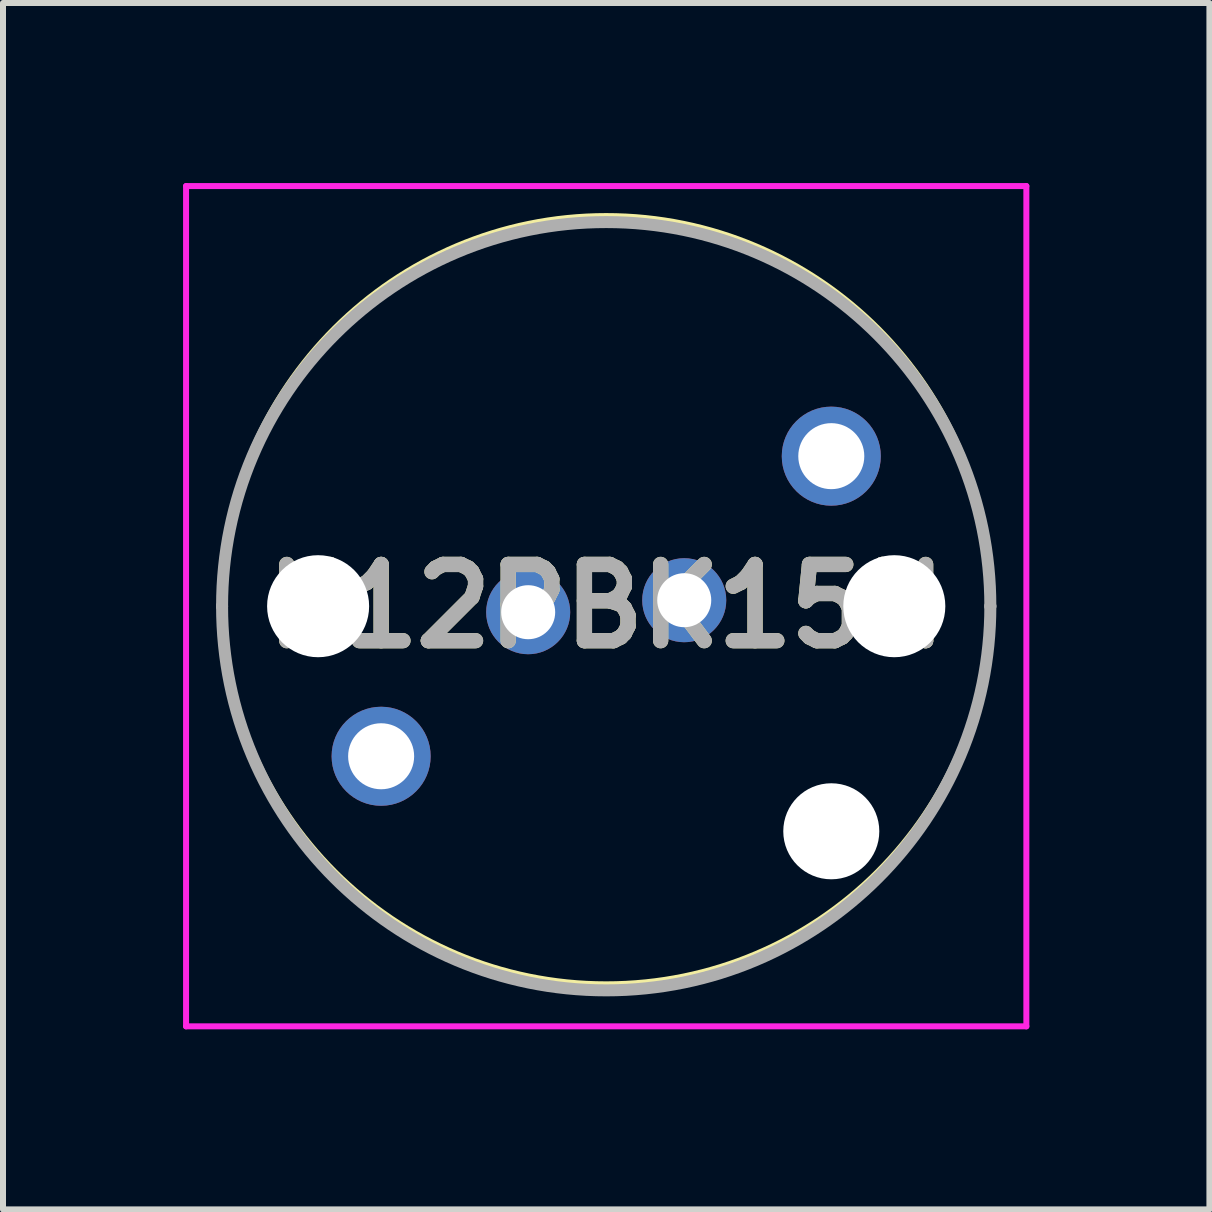
<source format=kicad_pcb>
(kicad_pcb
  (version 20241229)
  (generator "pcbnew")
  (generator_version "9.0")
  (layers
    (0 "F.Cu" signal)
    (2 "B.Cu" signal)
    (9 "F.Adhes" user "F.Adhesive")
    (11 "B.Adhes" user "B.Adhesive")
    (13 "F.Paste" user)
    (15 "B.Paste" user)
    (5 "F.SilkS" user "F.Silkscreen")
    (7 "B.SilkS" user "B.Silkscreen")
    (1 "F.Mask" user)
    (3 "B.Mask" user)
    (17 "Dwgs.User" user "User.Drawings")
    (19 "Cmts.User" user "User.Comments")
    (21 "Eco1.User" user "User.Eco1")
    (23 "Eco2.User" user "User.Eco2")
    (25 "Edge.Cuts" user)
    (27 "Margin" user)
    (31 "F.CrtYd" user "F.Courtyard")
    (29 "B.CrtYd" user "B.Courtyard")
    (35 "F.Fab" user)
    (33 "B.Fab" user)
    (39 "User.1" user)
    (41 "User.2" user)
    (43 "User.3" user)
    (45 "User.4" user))
  (footprint "K12PBK15N"
    (layer "F.Cu")
    (at 5.75 7.15)
    (property "Reference" "K12PBK15N" (at 1.3 -0.1 0) (layer "F.SilkS") (effects (font (size 1.27 1.27) (thickness 0.254))))
    (attr through_hole)
    (fp_line (start -5.1 -0.2) (end -5.1 -0.2) (stroke (width 0.1) (type solid)) (layer "F.SilkS"))
    (fp_line (start 7.7 -0.2) (end 7.7 -0.2) (stroke (width 0.1) (type solid)) (layer "F.SilkS"))
    (fp_arc (start -5.1 -0.2) (mid 1.3 -6.6) (end 7.7 -0.2) (stroke (width 0.1) (type solid)) (layer "F.SilkS"))
    (fp_arc (start 7.7 -0.2) (mid 1.3 6.2) (end -5.1 -0.2) (stroke (width 0.1) (type solid)) (layer "F.SilkS"))
    (fp_line (start -5.7 -7.1) (end 8.3 -7.1) (stroke (width 0.1) (type solid)) (layer "F.CrtYd"))
    (fp_line (start -5.7 6.9) (end -5.7 -7.1) (stroke (width 0.1) (type solid)) (layer "F.CrtYd"))
    (fp_line (start 8.3 -7.1) (end 8.3 6.9) (stroke (width 0.1) (type solid)) (layer "F.CrtYd"))
    (fp_line (start 8.3 6.9) (end -5.7 6.9) (stroke (width 0.1) (type solid)) (layer "F.CrtYd"))
    (fp_line (start -5.1 -0.1) (end -5.1 -0.1) (stroke (width 0.2) (type solid)) (layer "F.Fab"))
    (fp_line (start 7.7 -0.1) (end 7.7 -0.1) (stroke (width 0.2) (type solid)) (layer "F.Fab"))
    (fp_arc (start -5.1 -0.1) (mid 1.3 -6.5) (end 7.7 -0.1) (stroke (width 0.2) (type solid)) (layer "F.Fab"))
    (fp_arc (start 7.7 -0.1) (mid 1.3 6.3) (end -5.1 -0.1) (stroke (width 0.2) (type solid)) (layer "F.Fab"))
    (fp_text user "${REFERENCE}" (at 1.3 -0.1 0) (layer "F.Fab") (effects (font (size 1.27 1.27) (thickness 0.254))))
    (pad "" np_thru_hole circle (at -3.5 -0.1) (size 1.7 1.7) (drill 1.7) (layers "*.Cu" "*.Mask"))
    (pad "" np_thru_hole circle (at 5.05 3.65) (size 1.6 1.6) (drill 1.6) (layers "*.Cu" "*.Mask"))
    (pad "" np_thru_hole circle (at 6.1 -0.1) (size 1.7 1.7) (drill 1.7) (layers "*.Cu" "*.Mask"))
    (pad "1" thru_hole circle (at 0 0) (size 1.4 1.4) (drill 0.9) (layers "*.Cu" "*.Mask"))
    (pad "2" thru_hole circle (at 2.6 -0.2) (size 1.4 1.4) (drill 0.9) (layers "*.Cu" "*.Mask"))
    (pad "3" thru_hole circle (at -2.45 2.4) (size 1.65 1.65) (drill 1.1) (layers "*.Cu" "*.Mask"))
    (pad "4" thru_hole circle (at 5.05 -2.6) (size 1.65 1.65) (drill 1.1) (layers "*.Cu" "*.Mask")))
  (gr_rect
    (start -3 -3)
    (end 17.1 17.1)
    (stroke (width 0.1) (type default))
    (fill no)
    (layer "Edge.Cuts")))
</source>
